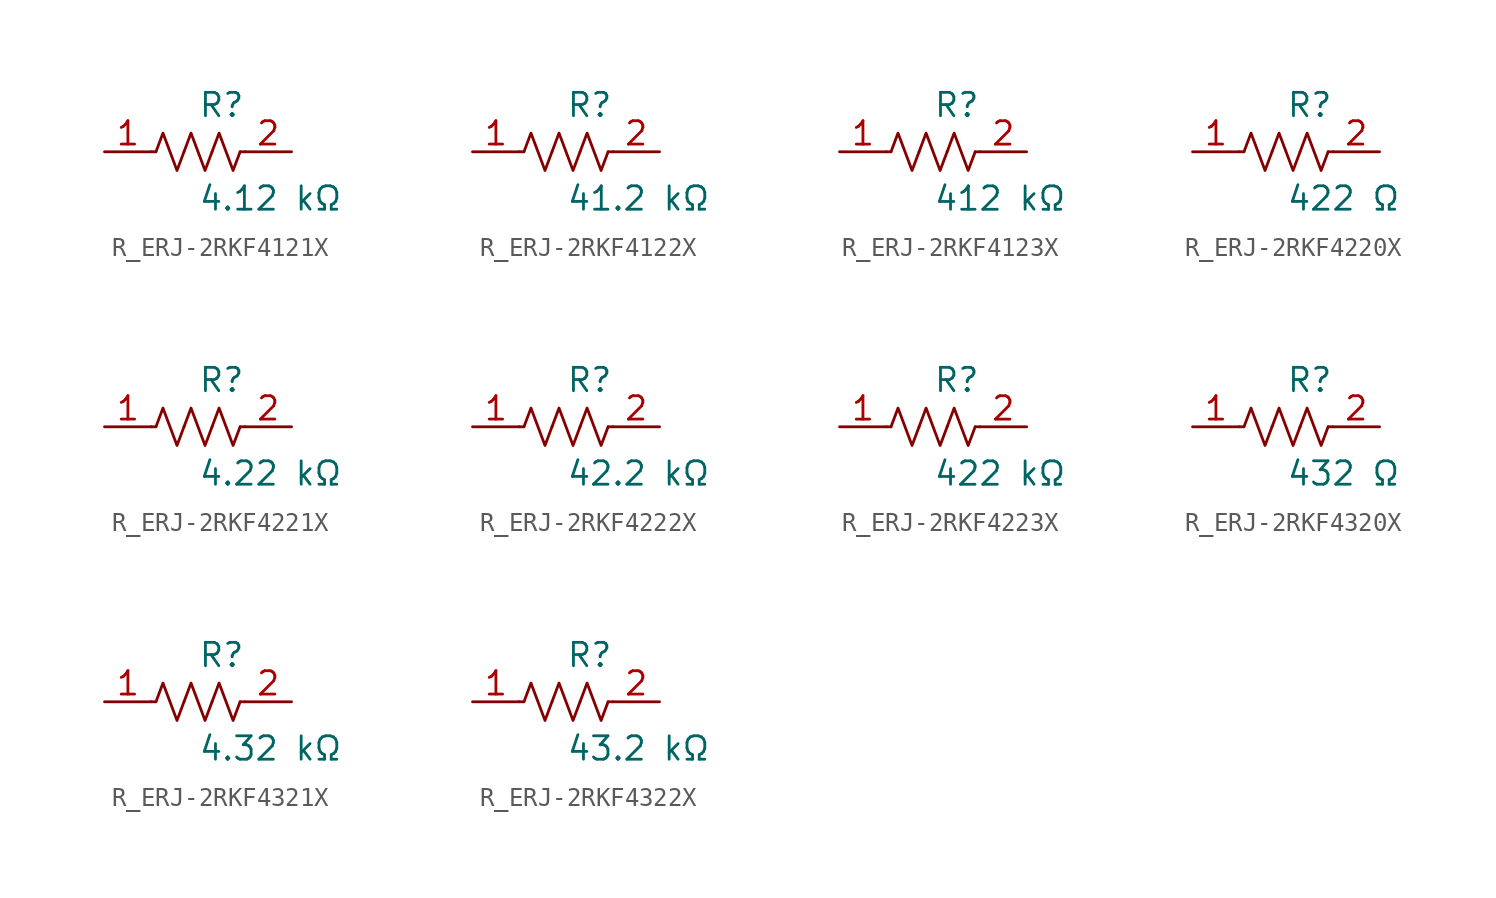
<source format=kicad_sym>
(kicad_symbol_lib
  (version 20231120)
  (generator kicad_symbol_editor)
  (generator_version 8.0)
  (symbol "R_ERJ-2RKF4121X"
    (pin_names
      (offset 0.254))
    (property "Reference" "R"
      (at 0 2.54 0)
      (effects (font (size 1.27 1.27)) (justify left)))
    (property "Value" "4.12 kΩ"
      (at 0 -2.54 0)
      (effects (font (size 1.27 1.27)) (justify left)))
    (symbol "R_ERJ-2RKF4121X_0_1"
      (polyline (pts (xy 2.286 0) (xy 2.54 0)) (stroke (width 0) (type default)) (fill (type none)))
      (polyline (pts (xy -2.286 0) (xy -2.54 0)) (stroke (width 0) (type default)) (fill (type none)))
      (polyline (pts (xy 0.762 0) (xy 1.143 1.016) (xy 1.524 0) (xy 1.905 -1.016) (xy 2.286 0)) (stroke (width 0) (type default)) (fill (type none)))
      (polyline (pts (xy -0.762 0) (xy -0.381 1.016) (xy 0 0) (xy 0.381 -1.016) (xy 0.762 0)) (stroke (width 0) (type default)) (fill (type none)))
      (polyline (pts (xy -2.286 0) (xy -1.905 1.016) (xy -1.524 0) (xy -1.143 -1.016) (xy -0.762 0)) (stroke (width 0) (type default)) (fill (type none))))
    (pin unspecified line
      (at -5.08 0 0)
      (length 2.54)
      (name "" (effects (font (size 1.27 1.27))))
      (number "1" (effects (font (size 1.27 1.27)))))
    (pin unspecified line
      (at 5.08 0 180)
      (length 2.54)
      (name "" (effects (font (size 1.27 1.27))))
      (number "2" (effects (font (size 1.27 1.27))))))
  (symbol "R_ERJ-2RKF4122X"
    (pin_names
      (offset 0.254))
    (property "Reference" "R"
      (at 0 2.54 0)
      (effects (font (size 1.27 1.27)) (justify left)))
    (property "Value" "41.2 kΩ"
      (at 0 -2.54 0)
      (effects (font (size 1.27 1.27)) (justify left)))
    (symbol "R_ERJ-2RKF4122X_0_1"
      (polyline (pts (xy 2.286 0) (xy 2.54 0)) (stroke (width 0) (type default)) (fill (type none)))
      (polyline (pts (xy -2.286 0) (xy -2.54 0)) (stroke (width 0) (type default)) (fill (type none)))
      (polyline (pts (xy 0.762 0) (xy 1.143 1.016) (xy 1.524 0) (xy 1.905 -1.016) (xy 2.286 0)) (stroke (width 0) (type default)) (fill (type none)))
      (polyline (pts (xy -0.762 0) (xy -0.381 1.016) (xy 0 0) (xy 0.381 -1.016) (xy 0.762 0)) (stroke (width 0) (type default)) (fill (type none)))
      (polyline (pts (xy -2.286 0) (xy -1.905 1.016) (xy -1.524 0) (xy -1.143 -1.016) (xy -0.762 0)) (stroke (width 0) (type default)) (fill (type none))))
    (pin unspecified line
      (at -5.08 0 0)
      (length 2.54)
      (name "" (effects (font (size 1.27 1.27))))
      (number "1" (effects (font (size 1.27 1.27)))))
    (pin unspecified line
      (at 5.08 0 180)
      (length 2.54)
      (name "" (effects (font (size 1.27 1.27))))
      (number "2" (effects (font (size 1.27 1.27))))))
  (symbol "R_ERJ-2RKF4123X"
    (pin_names
      (offset 0.254))
    (property "Reference" "R"
      (at 0 2.54 0)
      (effects (font (size 1.27 1.27)) (justify left)))
    (property "Value" "412 kΩ"
      (at 0 -2.54 0)
      (effects (font (size 1.27 1.27)) (justify left)))
    (symbol "R_ERJ-2RKF4123X_0_1"
      (polyline (pts (xy 2.286 0) (xy 2.54 0)) (stroke (width 0) (type default)) (fill (type none)))
      (polyline (pts (xy -2.286 0) (xy -2.54 0)) (stroke (width 0) (type default)) (fill (type none)))
      (polyline (pts (xy 0.762 0) (xy 1.143 1.016) (xy 1.524 0) (xy 1.905 -1.016) (xy 2.286 0)) (stroke (width 0) (type default)) (fill (type none)))
      (polyline (pts (xy -0.762 0) (xy -0.381 1.016) (xy 0 0) (xy 0.381 -1.016) (xy 0.762 0)) (stroke (width 0) (type default)) (fill (type none)))
      (polyline (pts (xy -2.286 0) (xy -1.905 1.016) (xy -1.524 0) (xy -1.143 -1.016) (xy -0.762 0)) (stroke (width 0) (type default)) (fill (type none))))
    (pin unspecified line
      (at -5.08 0 0)
      (length 2.54)
      (name "" (effects (font (size 1.27 1.27))))
      (number "1" (effects (font (size 1.27 1.27)))))
    (pin unspecified line
      (at 5.08 0 180)
      (length 2.54)
      (name "" (effects (font (size 1.27 1.27))))
      (number "2" (effects (font (size 1.27 1.27))))))
  (symbol "R_ERJ-2RKF4220X"
    (pin_names
      (offset 0.254))
    (property "Reference" "R"
      (at 0 2.54 0)
      (effects (font (size 1.27 1.27)) (justify left)))
    (property "Value" "422 Ω"
      (at 0 -2.54 0)
      (effects (font (size 1.27 1.27)) (justify left)))
    (symbol "R_ERJ-2RKF4220X_0_1"
      (polyline (pts (xy 2.286 0) (xy 2.54 0)) (stroke (width 0) (type default)) (fill (type none)))
      (polyline (pts (xy -2.286 0) (xy -2.54 0)) (stroke (width 0) (type default)) (fill (type none)))
      (polyline (pts (xy 0.762 0) (xy 1.143 1.016) (xy 1.524 0) (xy 1.905 -1.016) (xy 2.286 0)) (stroke (width 0) (type default)) (fill (type none)))
      (polyline (pts (xy -0.762 0) (xy -0.381 1.016) (xy 0 0) (xy 0.381 -1.016) (xy 0.762 0)) (stroke (width 0) (type default)) (fill (type none)))
      (polyline (pts (xy -2.286 0) (xy -1.905 1.016) (xy -1.524 0) (xy -1.143 -1.016) (xy -0.762 0)) (stroke (width 0) (type default)) (fill (type none))))
    (pin unspecified line
      (at -5.08 0 0)
      (length 2.54)
      (name "" (effects (font (size 1.27 1.27))))
      (number "1" (effects (font (size 1.27 1.27)))))
    (pin unspecified line
      (at 5.08 0 180)
      (length 2.54)
      (name "" (effects (font (size 1.27 1.27))))
      (number "2" (effects (font (size 1.27 1.27))))))
  (symbol "R_ERJ-2RKF4221X"
    (pin_names
      (offset 0.254))
    (property "Reference" "R"
      (at 0 2.54 0)
      (effects (font (size 1.27 1.27)) (justify left)))
    (property "Value" "4.22 kΩ"
      (at 0 -2.54 0)
      (effects (font (size 1.27 1.27)) (justify left)))
    (symbol "R_ERJ-2RKF4221X_0_1"
      (polyline (pts (xy 2.286 0) (xy 2.54 0)) (stroke (width 0) (type default)) (fill (type none)))
      (polyline (pts (xy -2.286 0) (xy -2.54 0)) (stroke (width 0) (type default)) (fill (type none)))
      (polyline (pts (xy 0.762 0) (xy 1.143 1.016) (xy 1.524 0) (xy 1.905 -1.016) (xy 2.286 0)) (stroke (width 0) (type default)) (fill (type none)))
      (polyline (pts (xy -0.762 0) (xy -0.381 1.016) (xy 0 0) (xy 0.381 -1.016) (xy 0.762 0)) (stroke (width 0) (type default)) (fill (type none)))
      (polyline (pts (xy -2.286 0) (xy -1.905 1.016) (xy -1.524 0) (xy -1.143 -1.016) (xy -0.762 0)) (stroke (width 0) (type default)) (fill (type none))))
    (pin unspecified line
      (at -5.08 0 0)
      (length 2.54)
      (name "" (effects (font (size 1.27 1.27))))
      (number "1" (effects (font (size 1.27 1.27)))))
    (pin unspecified line
      (at 5.08 0 180)
      (length 2.54)
      (name "" (effects (font (size 1.27 1.27))))
      (number "2" (effects (font (size 1.27 1.27))))))
  (symbol "R_ERJ-2RKF4222X"
    (pin_names
      (offset 0.254))
    (property "Reference" "R"
      (at 0 2.54 0)
      (effects (font (size 1.27 1.27)) (justify left)))
    (property "Value" "42.2 kΩ"
      (at 0 -2.54 0)
      (effects (font (size 1.27 1.27)) (justify left)))
    (symbol "R_ERJ-2RKF4222X_0_1"
      (polyline (pts (xy 2.286 0) (xy 2.54 0)) (stroke (width 0) (type default)) (fill (type none)))
      (polyline (pts (xy -2.286 0) (xy -2.54 0)) (stroke (width 0) (type default)) (fill (type none)))
      (polyline (pts (xy 0.762 0) (xy 1.143 1.016) (xy 1.524 0) (xy 1.905 -1.016) (xy 2.286 0)) (stroke (width 0) (type default)) (fill (type none)))
      (polyline (pts (xy -0.762 0) (xy -0.381 1.016) (xy 0 0) (xy 0.381 -1.016) (xy 0.762 0)) (stroke (width 0) (type default)) (fill (type none)))
      (polyline (pts (xy -2.286 0) (xy -1.905 1.016) (xy -1.524 0) (xy -1.143 -1.016) (xy -0.762 0)) (stroke (width 0) (type default)) (fill (type none))))
    (pin unspecified line
      (at -5.08 0 0)
      (length 2.54)
      (name "" (effects (font (size 1.27 1.27))))
      (number "1" (effects (font (size 1.27 1.27)))))
    (pin unspecified line
      (at 5.08 0 180)
      (length 2.54)
      (name "" (effects (font (size 1.27 1.27))))
      (number "2" (effects (font (size 1.27 1.27))))))
  (symbol "R_ERJ-2RKF4223X"
    (pin_names
      (offset 0.254))
    (property "Reference" "R"
      (at 0 2.54 0)
      (effects (font (size 1.27 1.27)) (justify left)))
    (property "Value" "422 kΩ"
      (at 0 -2.54 0)
      (effects (font (size 1.27 1.27)) (justify left)))
    (symbol "R_ERJ-2RKF4223X_0_1"
      (polyline (pts (xy 2.286 0) (xy 2.54 0)) (stroke (width 0) (type default)) (fill (type none)))
      (polyline (pts (xy -2.286 0) (xy -2.54 0)) (stroke (width 0) (type default)) (fill (type none)))
      (polyline (pts (xy 0.762 0) (xy 1.143 1.016) (xy 1.524 0) (xy 1.905 -1.016) (xy 2.286 0)) (stroke (width 0) (type default)) (fill (type none)))
      (polyline (pts (xy -0.762 0) (xy -0.381 1.016) (xy 0 0) (xy 0.381 -1.016) (xy 0.762 0)) (stroke (width 0) (type default)) (fill (type none)))
      (polyline (pts (xy -2.286 0) (xy -1.905 1.016) (xy -1.524 0) (xy -1.143 -1.016) (xy -0.762 0)) (stroke (width 0) (type default)) (fill (type none))))
    (pin unspecified line
      (at -5.08 0 0)
      (length 2.54)
      (name "" (effects (font (size 1.27 1.27))))
      (number "1" (effects (font (size 1.27 1.27)))))
    (pin unspecified line
      (at 5.08 0 180)
      (length 2.54)
      (name "" (effects (font (size 1.27 1.27))))
      (number "2" (effects (font (size 1.27 1.27))))))
  (symbol "R_ERJ-2RKF4320X"
    (pin_names
      (offset 0.254))
    (property "Reference" "R"
      (at 0 2.54 0)
      (effects (font (size 1.27 1.27)) (justify left)))
    (property "Value" "432 Ω"
      (at 0 -2.54 0)
      (effects (font (size 1.27 1.27)) (justify left)))
    (symbol "R_ERJ-2RKF4320X_0_1"
      (polyline (pts (xy 2.286 0) (xy 2.54 0)) (stroke (width 0) (type default)) (fill (type none)))
      (polyline (pts (xy -2.286 0) (xy -2.54 0)) (stroke (width 0) (type default)) (fill (type none)))
      (polyline (pts (xy 0.762 0) (xy 1.143 1.016) (xy 1.524 0) (xy 1.905 -1.016) (xy 2.286 0)) (stroke (width 0) (type default)) (fill (type none)))
      (polyline (pts (xy -0.762 0) (xy -0.381 1.016) (xy 0 0) (xy 0.381 -1.016) (xy 0.762 0)) (stroke (width 0) (type default)) (fill (type none)))
      (polyline (pts (xy -2.286 0) (xy -1.905 1.016) (xy -1.524 0) (xy -1.143 -1.016) (xy -0.762 0)) (stroke (width 0) (type default)) (fill (type none))))
    (pin unspecified line
      (at -5.08 0 0)
      (length 2.54)
      (name "" (effects (font (size 1.27 1.27))))
      (number "1" (effects (font (size 1.27 1.27)))))
    (pin unspecified line
      (at 5.08 0 180)
      (length 2.54)
      (name "" (effects (font (size 1.27 1.27))))
      (number "2" (effects (font (size 1.27 1.27))))))
  (symbol "R_ERJ-2RKF4321X"
    (pin_names
      (offset 0.254))
    (property "Reference" "R"
      (at 0 2.54 0)
      (effects (font (size 1.27 1.27)) (justify left)))
    (property "Value" "4.32 kΩ"
      (at 0 -2.54 0)
      (effects (font (size 1.27 1.27)) (justify left)))
    (symbol "R_ERJ-2RKF4321X_0_1"
      (polyline (pts (xy 2.286 0) (xy 2.54 0)) (stroke (width 0) (type default)) (fill (type none)))
      (polyline (pts (xy -2.286 0) (xy -2.54 0)) (stroke (width 0) (type default)) (fill (type none)))
      (polyline (pts (xy 0.762 0) (xy 1.143 1.016) (xy 1.524 0) (xy 1.905 -1.016) (xy 2.286 0)) (stroke (width 0) (type default)) (fill (type none)))
      (polyline (pts (xy -0.762 0) (xy -0.381 1.016) (xy 0 0) (xy 0.381 -1.016) (xy 0.762 0)) (stroke (width 0) (type default)) (fill (type none)))
      (polyline (pts (xy -2.286 0) (xy -1.905 1.016) (xy -1.524 0) (xy -1.143 -1.016) (xy -0.762 0)) (stroke (width 0) (type default)) (fill (type none))))
    (pin unspecified line
      (at -5.08 0 0)
      (length 2.54)
      (name "" (effects (font (size 1.27 1.27))))
      (number "1" (effects (font (size 1.27 1.27)))))
    (pin unspecified line
      (at 5.08 0 180)
      (length 2.54)
      (name "" (effects (font (size 1.27 1.27))))
      (number "2" (effects (font (size 1.27 1.27))))))
  (symbol "R_ERJ-2RKF4322X"
    (pin_names
      (offset 0.254))
    (property "Reference" "R"
      (at 0 2.54 0)
      (effects (font (size 1.27 1.27)) (justify left)))
    (property "Value" "43.2 kΩ"
      (at 0 -2.54 0)
      (effects (font (size 1.27 1.27)) (justify left)))
    (symbol "R_ERJ-2RKF4322X_0_1"
      (polyline (pts (xy 2.286 0) (xy 2.54 0)) (stroke (width 0) (type default)) (fill (type none)))
      (polyline (pts (xy -2.286 0) (xy -2.54 0)) (stroke (width 0) (type default)) (fill (type none)))
      (polyline (pts (xy 0.762 0) (xy 1.143 1.016) (xy 1.524 0) (xy 1.905 -1.016) (xy 2.286 0)) (stroke (width 0) (type default)) (fill (type none)))
      (polyline (pts (xy -0.762 0) (xy -0.381 1.016) (xy 0 0) (xy 0.381 -1.016) (xy 0.762 0)) (stroke (width 0) (type default)) (fill (type none)))
      (polyline (pts (xy -2.286 0) (xy -1.905 1.016) (xy -1.524 0) (xy -1.143 -1.016) (xy -0.762 0)) (stroke (width 0) (type default)) (fill (type none))))
    (pin unspecified line
      (at -5.08 0 0)
      (length 2.54)
      (name "" (effects (font (size 1.27 1.27))))
      (number "1" (effects (font (size 1.27 1.27)))))
    (pin unspecified line
      (at 5.08 0 180)
      (length 2.54)
      (name "" (effects (font (size 1.27 1.27))))
      (number "2" (effects (font (size 1.27 1.27)))))))
</source>
